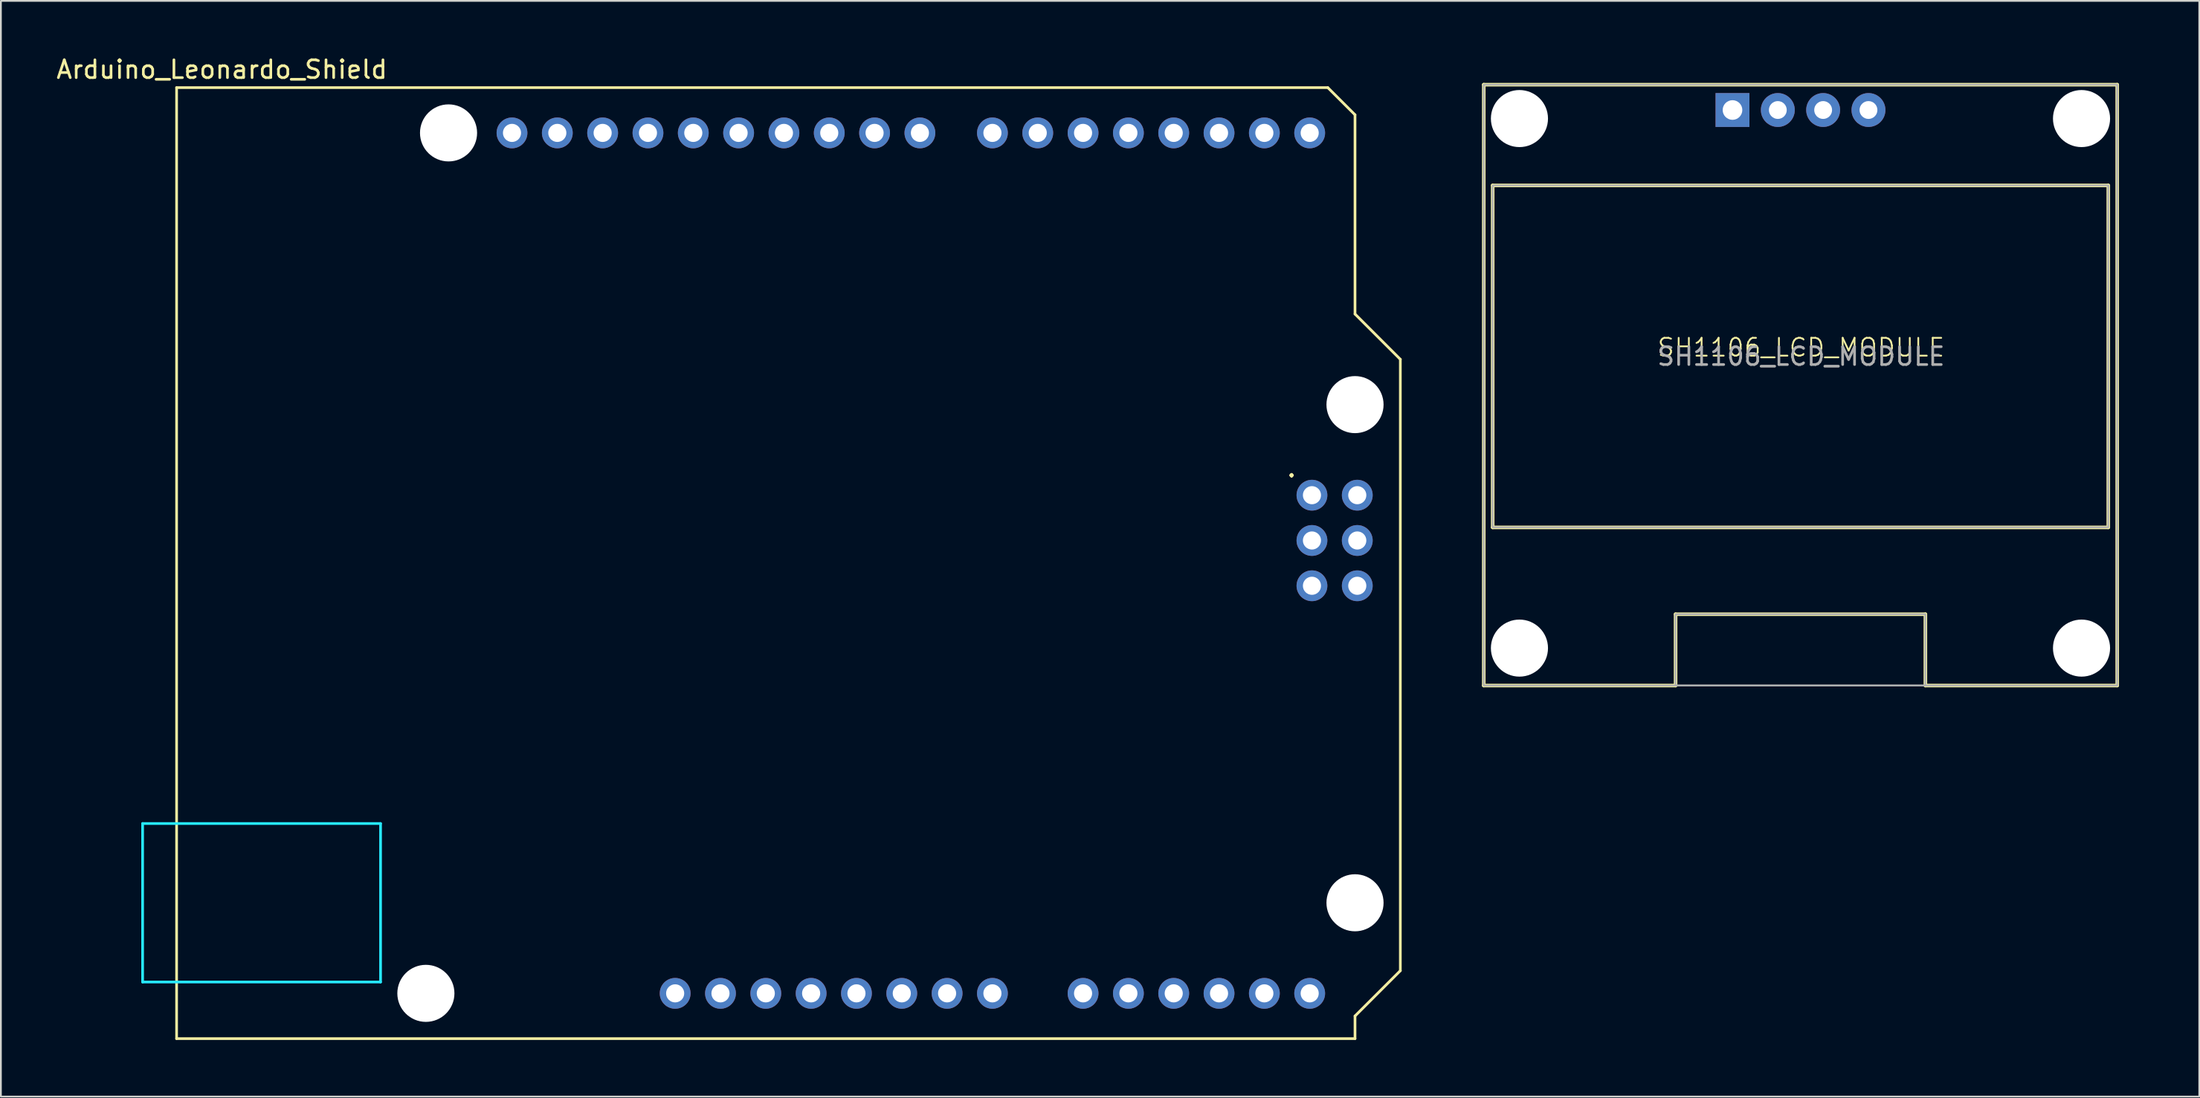
<source format=kicad_pcb>
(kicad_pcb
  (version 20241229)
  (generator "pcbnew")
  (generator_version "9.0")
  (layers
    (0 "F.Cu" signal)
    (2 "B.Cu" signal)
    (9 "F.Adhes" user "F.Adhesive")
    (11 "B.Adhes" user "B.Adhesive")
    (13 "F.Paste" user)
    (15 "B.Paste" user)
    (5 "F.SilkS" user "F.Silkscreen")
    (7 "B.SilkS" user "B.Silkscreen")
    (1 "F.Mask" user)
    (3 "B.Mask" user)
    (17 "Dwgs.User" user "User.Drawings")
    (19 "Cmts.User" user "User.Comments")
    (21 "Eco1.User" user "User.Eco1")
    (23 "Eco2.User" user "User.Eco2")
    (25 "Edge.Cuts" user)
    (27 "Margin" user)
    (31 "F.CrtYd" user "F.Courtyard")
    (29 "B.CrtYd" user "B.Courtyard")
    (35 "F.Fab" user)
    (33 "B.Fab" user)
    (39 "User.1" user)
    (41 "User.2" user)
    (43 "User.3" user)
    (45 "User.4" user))
  (footprint "SH1106_LCD_MODULE"
    (layer "F.Cu")
    (at 97.852 18.55)
    (property "Reference" "SH1106_LCD_MODULE" (at 0.03 -2.11 0) (unlocked yes) (layer "F.SilkS") (effects (font (size 1 1) (thickness 0.1))))
    (attr through_hole)
    (fp_line (start -17.75 -16.85) (end -17.75 16.85) (stroke (width 0.2) (type solid)) (layer "F.SilkS"))
    (fp_line (start -17.75 16.85) (end -7 16.85) (stroke (width 0.2) (type solid)) (layer "F.SilkS"))
    (fp_line (start -17.25 -11.2) (end 17.25 -11.2) (stroke (width 0.2) (type solid)) (layer "F.SilkS"))
    (fp_line (start -17.25 7.98) (end -17.25 -11.2) (stroke (width 0.2) (type solid)) (layer "F.SilkS"))
    (fp_line (start -7 12.85) (end 7 12.85) (stroke (width 0.2) (type solid)) (layer "F.SilkS"))
    (fp_line (start -7 16.85) (end -7 12.85) (stroke (width 0.2) (type solid)) (layer "F.SilkS"))
    (fp_line (start 7 12.85) (end 7 16.85) (stroke (width 0.2) (type solid)) (layer "F.SilkS"))
    (fp_line (start 7 16.85) (end 17.75 16.85) (stroke (width 0.2) (type solid)) (layer "F.SilkS"))
    (fp_line (start 17.25 -11.2) (end 17.25 7.98) (stroke (width 0.2) (type solid)) (layer "F.SilkS"))
    (fp_line (start 17.25 7.98) (end -17.25 7.98) (stroke (width 0.2) (type solid)) (layer "F.SilkS"))
    (fp_line (start 17.75 -16.85) (end -17.75 -16.85) (stroke (width 0.2) (type solid)) (layer "F.SilkS"))
    (fp_line (start 17.75 16.85) (end 17.75 -16.85) (stroke (width 0.2) (type solid)) (layer "F.SilkS"))
    (fp_rect (start -17.75 -16.85) (end 17.75 16.85) (stroke (width 0.1) (type default)) (fill no) (layer "F.Fab"))
    (fp_rect (start -17.25 -11.2) (end 17.25 7.975) (stroke (width 0.1) (type default)) (fill no) (layer "F.Fab"))
    (fp_rect (start -7 12.85) (end 7 16.85) (stroke (width 0.1) (type default)) (fill no) (layer "F.Fab"))
    (fp_text user "${REFERENCE}" (at 0.03 -1.61 0) (unlocked yes) (layer "F.Fab") (effects (font (size 1 1) (thickness 0.15))))
    (pad "" np_thru_hole circle (at -15.75 -14.95) (size 3.2 3.2) (drill 3.2) (layers "*.Cu" "*.Mask"))
    (pad "" np_thru_hole circle (at -15.75 14.75) (size 3.2 3.2) (drill 3.2) (layers "*.Cu" "*.Mask"))
    (pad "" np_thru_hole circle (at 15.75 -14.95) (size 3.2 3.2) (drill 3.2) (layers "*.Cu" "*.Mask"))
    (pad "" np_thru_hole circle (at 15.75 14.75) (size 3.2 3.2) (drill 3.2) (layers "*.Cu" "*.Mask"))
    (pad "1" thru_hole rect (at -3.81 -15.43) (size 1.9 1.9) (drill 1.1) (layers "*.Cu" "*.Mask"))
    (pad "2" thru_hole circle (at -1.27 -15.43) (size 1.9 1.9) (drill 1) (layers "*.Cu" "*.Mask"))
    (pad "3" thru_hole circle (at 1.27 -15.43) (size 1.9 1.9) (drill 1) (layers "*.Cu" "*.Mask"))
    (pad "4" thru_hole circle (at 3.81 -15.43) (size 1.9 1.9) (drill 1) (layers "*.Cu" "*.Mask"))
    (zone (net_name "") (layers "F.Cu" "B.Cu") (hatch edge 0.5) (connect_pads) (min_thickness 0.25) (filled_areas_thickness no) (keepout (tracks not_allowed) (vias not_allowed) (pads allowed) (copperpour not_allowed) (footprints allowed)) (placement (enabled no)) (fill) (polygon (pts (xy 82.478 0.02) (xy 82.85 0.079) (xy 83.214 0.176) (xy 83.566 0.311) (xy 83.902 0.482) (xy 84.218 0.688) (xy 84.511 0.925) (xy 84.777 1.191) (xy 85.014 1.484) (xy 85.22 1.8) (xy 85.391 2.136) (xy 85.526 2.488) (xy 85.623 2.852) (xy 85.682 3.224) (xy 85.702 3.6) (xy 85.682 3.976) (xy 85.623 4.348) (xy 85.526 4.712) (xy 85.391 5.064) (xy 85.22 5.4) (xy 85.014 5.716) (xy 84.777 6.009) (xy 84.511 6.275) (xy 84.218 6.512) (xy 83.902 6.718) (xy 83.566 6.889) (xy 83.214 7.024) (xy 82.85 7.121) (xy 82.478 7.18) (xy 82.102 7.2) (xy 81.726 7.18) (xy 81.353 7.121) (xy 80.989 7.024) (xy 80.638 6.889) (xy 80.302 6.718) (xy 79.986 6.512) (xy 79.693 6.275) (xy 79.427 6.009) (xy 79.189 5.716) (xy 78.984 5.4) (xy 78.813 5.064) (xy 78.678 4.712) (xy 78.581 4.348) (xy 78.522 3.976) (xy 78.502 3.6) (xy 78.522 3.224) (xy 78.581 2.852) (xy 78.678 2.488) (xy 78.813 2.136) (xy 78.984 1.8) (xy 79.189 1.484) (xy 79.427 1.191) (xy 79.693 0.925) (xy 79.986 0.688) (xy 80.302 0.482) (xy 80.638 0.311) (xy 80.989 0.176) (xy 81.353 0.079) (xy 81.726 0.02) (xy 82.102 0))))
    (zone (net_name "") (layers "F.Cu" "B.Cu") (hatch edge 0.5) (connect_pads) (min_thickness 0.25) (filled_areas_thickness no) (keepout (tracks not_allowed) (vias not_allowed) (pads allowed) (copperpour not_allowed) (footprints allowed)) (placement (enabled no)) (fill) (polygon (pts (xy 82.478 29.72) (xy 82.85 29.779) (xy 83.214 29.876) (xy 83.566 30.011) (xy 83.902 30.182) (xy 84.218 30.388) (xy 84.511 30.625) (xy 84.777 30.891) (xy 85.014 31.184) (xy 85.22 31.5) (xy 85.391 31.836) (xy 85.526 32.188) (xy 85.623 32.552) (xy 85.682 32.924) (xy 85.702 33.3) (xy 85.682 33.676) (xy 85.623 34.048) (xy 85.526 34.412) (xy 85.391 34.764) (xy 85.22 35.1) (xy 85.014 35.416) (xy 84.777 35.709) (xy 84.511 35.975) (xy 84.218 36.212) (xy 83.902 36.418) (xy 83.566 36.589) (xy 83.214 36.724) (xy 82.85 36.821) (xy 82.478 36.88) (xy 82.102 36.9) (xy 81.726 36.88) (xy 81.353 36.821) (xy 80.989 36.724) (xy 80.638 36.589) (xy 80.302 36.418) (xy 79.986 36.212) (xy 79.693 35.975) (xy 79.427 35.709) (xy 79.189 35.416) (xy 78.984 35.1) (xy 78.813 34.764) (xy 78.678 34.412) (xy 78.581 34.048) (xy 78.522 33.676) (xy 78.502 33.3) (xy 78.522 32.924) (xy 78.581 32.552) (xy 78.678 32.188) (xy 78.813 31.836) (xy 78.984 31.5) (xy 79.189 31.184) (xy 79.427 30.891) (xy 79.693 30.625) (xy 79.986 30.388) (xy 80.302 30.182) (xy 80.638 30.011) (xy 80.989 29.876) (xy 81.353 29.779) (xy 81.726 29.72) (xy 82.102 29.7))))
    (zone (net_name "") (layers "F.Cu" "B.Cu") (hatch edge 0.5) (connect_pads) (min_thickness 0.25) (filled_areas_thickness no) (keepout (tracks not_allowed) (vias not_allowed) (pads allowed) (copperpour not_allowed) (footprints allowed)) (placement (enabled no)) (fill) (polygon (pts (xy 113.978 0.02) (xy 114.35 0.079) (xy 114.714 0.176) (xy 115.066 0.311) (xy 115.402 0.482) (xy 115.718 0.688) (xy 116.011 0.925) (xy 116.277 1.191) (xy 116.514 1.484) (xy 116.72 1.8) (xy 116.891 2.136) (xy 117.026 2.488) (xy 117.123 2.852) (xy 117.182 3.224) (xy 117.202 3.6) (xy 117.182 3.976) (xy 117.123 4.348) (xy 117.026 4.712) (xy 116.891 5.064) (xy 116.72 5.4) (xy 116.514 5.716) (xy 116.277 6.009) (xy 116.011 6.275) (xy 115.718 6.512) (xy 115.402 6.718) (xy 115.066 6.889) (xy 114.714 7.024) (xy 114.35 7.121) (xy 113.978 7.18) (xy 113.602 7.2) (xy 113.226 7.18) (xy 112.853 7.121) (xy 112.489 7.024) (xy 112.138 6.889) (xy 111.802 6.718) (xy 111.486 6.512) (xy 111.193 6.275) (xy 110.927 6.009) (xy 110.689 5.716) (xy 110.484 5.4) (xy 110.313 5.064) (xy 110.178 4.712) (xy 110.081 4.348) (xy 110.022 3.976) (xy 110.002 3.6) (xy 110.022 3.224) (xy 110.081 2.852) (xy 110.178 2.488) (xy 110.313 2.136) (xy 110.484 1.8) (xy 110.689 1.484) (xy 110.927 1.191) (xy 111.193 0.925) (xy 111.486 0.688) (xy 111.802 0.482) (xy 112.138 0.311) (xy 112.489 0.176) (xy 112.853 0.079) (xy 113.226 0.02) (xy 113.602 0))))
    (zone (net_name "") (layers "F.Cu" "B.Cu") (hatch edge 0.5) (connect_pads) (min_thickness 0.25) (filled_areas_thickness no) (keepout (tracks not_allowed) (vias not_allowed) (pads allowed) (copperpour not_allowed) (footprints allowed)) (placement (enabled no)) (fill) (polygon (pts (xy 113.978 29.72) (xy 114.35 29.779) (xy 114.714 29.876) (xy 115.066 30.011) (xy 115.402 30.182) (xy 115.718 30.388) (xy 116.011 30.625) (xy 116.277 30.891) (xy 116.514 31.184) (xy 116.72 31.5) (xy 116.891 31.836) (xy 117.026 32.188) (xy 117.123 32.552) (xy 117.182 32.924) (xy 117.202 33.3) (xy 117.182 33.676) (xy 117.123 34.048) (xy 117.026 34.412) (xy 116.891 34.764) (xy 116.72 35.1) (xy 116.514 35.416) (xy 116.277 35.709) (xy 116.011 35.975) (xy 115.718 36.212) (xy 115.402 36.418) (xy 115.066 36.589) (xy 114.714 36.724) (xy 114.35 36.821) (xy 113.978 36.88) (xy 113.602 36.9) (xy 113.226 36.88) (xy 112.853 36.821) (xy 112.489 36.724) (xy 112.138 36.589) (xy 111.802 36.418) (xy 111.486 36.212) (xy 111.193 35.975) (xy 110.927 35.709) (xy 110.689 35.416) (xy 110.484 35.1) (xy 110.313 34.764) (xy 110.178 34.412) (xy 110.081 34.048) (xy 110.022 33.676) (xy 110.002 33.3) (xy 110.022 32.924) (xy 110.081 32.552) (xy 110.178 32.188) (xy 110.313 31.836) (xy 110.484 31.5) (xy 110.689 31.184) (xy 110.927 30.891) (xy 111.193 30.625) (xy 111.486 30.388) (xy 111.802 30.182) (xy 112.138 30.011) (xy 112.489 29.876) (xy 112.853 29.779) (xy 113.226 29.72) (xy 113.602 29.7)))))
  (footprint "Arduino_Leonardo_Shield"
    (layer "F.Cu")
    (at 6.847 55.204)
    (property "Reference" "Arduino_Leonardo_Shield" (at 2.54 -54.356 0) (layer "F.SilkS") (effects (font (size 1 1) (thickness 0.15))))
    (attr through_hole)
    (fp_line (start 0 -53.34) (end 0 0) (stroke (width 0.15) (type solid)) (layer "F.SilkS"))
    (fp_line (start 0 -53.34) (end 64.516 -53.34) (stroke (width 0.15) (type solid)) (layer "F.SilkS"))
    (fp_line (start 0 0) (end 66.04 0) (stroke (width 0.15) (type solid)) (layer "F.SilkS"))
    (fp_line (start 64.516 -53.34) (end 66.04 -51.816) (stroke (width 0.15) (type solid)) (layer "F.SilkS"))
    (fp_line (start 66.04 -40.64) (end 66.04 -51.816) (stroke (width 0.15) (type solid)) (layer "F.SilkS"))
    (fp_line (start 66.04 -1.27) (end 68.58 -3.81) (stroke (width 0.15) (type solid)) (layer "F.SilkS"))
    (fp_line (start 66.04 0) (end 66.04 -1.27) (stroke (width 0.15) (type solid)) (layer "F.SilkS"))
    (fp_line (start 68.58 -38.1) (end 66.04 -40.64) (stroke (width 0.15) (type solid)) (layer "F.SilkS"))
    (fp_line (start 68.58 -3.81) (end 68.58 -38.1) (stroke (width 0.15) (type solid)) (layer "F.SilkS"))
    (fp_line (start -1.905 -12.065) (end -1.905 -3.175) (stroke (width 0.15) (type solid)) (layer "B.CrtYd"))
    (fp_line (start -1.905 -12.065) (end 11.43 -12.065) (stroke (width 0.15) (type solid)) (layer "B.CrtYd"))
    (fp_line (start -1.905 -3.175) (end 11.43 -3.175) (stroke (width 0.15) (type solid)) (layer "B.CrtYd"))
    (fp_line (start 11.43 -12.065) (end 11.43 -3.175) (stroke (width 0.15) (type solid)) (layer "B.CrtYd"))
    (fp_text user "." (at 62.484 -32.004 0) (layer "F.SilkS") (effects (font (size 1 1) (thickness 0.15))))
    (pad "" np_thru_hole circle (at 13.97 -2.54) (size 3.2 3.2) (drill 3.2) (layers "*.Cu" "*.Mask"))
    (pad "" np_thru_hole circle (at 15.24 -50.8) (size 3.2 3.2) (drill 3.2) (layers "*.Cu" "*.Mask"))
    (pad "" thru_hole oval (at 27.94 -2.54) (size 1.727 1.727) (drill 1.016) (layers "*.Cu" "*.Mask"))
    (pad "" np_thru_hole circle (at 66.04 -35.56) (size 3.2 3.2) (drill 3.2) (layers "*.Cu" "*.Mask"))
    (pad "" np_thru_hole circle (at 66.04 -7.62) (size 3.2 3.2) (drill 3.2) (layers "*.Cu" "*.Mask"))
    (pad "3V3" thru_hole oval (at 35.56 -2.54) (size 1.727 1.727) (drill 1.016) (layers "*.Cu" "*.Mask"))
    (pad "5V1" thru_hole oval (at 38.1 -2.54) (size 1.727 1.727) (drill 1.016) (layers "*.Cu" "*.Mask"))
    (pad "5V2" thru_hole oval (at 66.167 -30.48) (size 1.727 1.727) (drill 1.016) (layers "*.Cu" "*.Mask"))
    (pad "A0" thru_hole oval (at 50.8 -2.54) (size 1.727 1.727) (drill 1.016) (layers "*.Cu" "*.Mask"))
    (pad "A1" thru_hole oval (at 53.34 -2.54) (size 1.727 1.727) (drill 1.016) (layers "*.Cu" "*.Mask"))
    (pad "A2" thru_hole oval (at 55.88 -2.54) (size 1.727 1.727) (drill 1.016) (layers "*.Cu" "*.Mask"))
    (pad "A3" thru_hole oval (at 58.42 -2.54) (size 1.727 1.727) (drill 1.016) (layers "*.Cu" "*.Mask"))
    (pad "A4" thru_hole oval (at 60.96 -2.54) (size 1.727 1.727) (drill 1.016) (layers "*.Cu" "*.Mask"))
    (pad "A5" thru_hole oval (at 63.5 -2.54) (size 1.727 1.727) (drill 1.016) (layers "*.Cu" "*.Mask"))
    (pad "AREF" thru_hole oval (at 23.876 -50.8) (size 1.727 1.727) (drill 1.016) (layers "*.Cu" "*.Mask"))
    (pad "D0" thru_hole oval (at 63.5 -50.8) (size 1.727 1.727) (drill 1.016) (layers "*.Cu" "*.Mask"))
    (pad "D1" thru_hole oval (at 60.96 -50.8) (size 1.727 1.727) (drill 1.016) (layers "*.Cu" "*.Mask"))
    (pad "D2" thru_hole oval (at 58.42 -50.8) (size 1.727 1.727) (drill 1.016) (layers "*.Cu" "*.Mask"))
    (pad "D3" thru_hole oval (at 55.88 -50.8) (size 1.727 1.727) (drill 1.016) (layers "*.Cu" "*.Mask"))
    (pad "D4" thru_hole oval (at 53.34 -50.8) (size 1.727 1.727) (drill 1.016) (layers "*.Cu" "*.Mask"))
    (pad "D5" thru_hole oval (at 50.8 -50.8) (size 1.727 1.727) (drill 1.016) (layers "*.Cu" "*.Mask"))
    (pad "D6" thru_hole oval (at 48.26 -50.8) (size 1.727 1.727) (drill 1.016) (layers "*.Cu" "*.Mask"))
    (pad "D7" thru_hole oval (at 45.72 -50.8) (size 1.727 1.727) (drill 1.016) (layers "*.Cu" "*.Mask"))
    (pad "D8" thru_hole oval (at 41.656 -50.8) (size 1.727 1.727) (drill 1.016) (layers "*.Cu" "*.Mask"))
    (pad "D9" thru_hole oval (at 39.116 -50.8) (size 1.727 1.727) (drill 1.016) (layers "*.Cu" "*.Mask"))
    (pad "D10" thru_hole oval (at 36.576 -50.8) (size 1.727 1.727) (drill 1.016) (layers "*.Cu" "*.Mask"))
    (pad "D11" thru_hole oval (at 34.036 -50.8) (size 1.727 1.727) (drill 1.016) (layers "*.Cu" "*.Mask"))
    (pad "D12" thru_hole oval (at 31.496 -50.8) (size 1.727 1.727) (drill 1.016) (layers "*.Cu" "*.Mask"))
    (pad "D13" thru_hole oval (at 28.956 -50.8) (size 1.727 1.727) (drill 1.016) (layers "*.Cu" "*.Mask"))
    (pad "GND1" thru_hole oval (at 26.416 -50.8) (size 1.727 1.727) (drill 1.016) (layers "*.Cu" "*.Mask"))
    (pad "GND2" thru_hole oval (at 40.64 -2.54) (size 1.727 1.727) (drill 1.016) (layers "*.Cu" "*.Mask"))
    (pad "GND3" thru_hole oval (at 43.18 -2.54) (size 1.727 1.727) (drill 1.016) (layers "*.Cu" "*.Mask"))
    (pad "GND4" thru_hole oval (at 66.167 -25.4) (size 1.727 1.727) (drill 1.016) (layers "*.Cu" "*.Mask"))
    (pad "IORF" thru_hole oval (at 30.48 -2.54) (size 1.727 1.727) (drill 1.016) (layers "*.Cu" "*.Mask"))
    (pad "MISO" thru_hole oval (at 63.627 -30.48) (size 1.727 1.727) (drill 1.016) (layers "*.Cu" "*.Mask"))
    (pad "MOSI" thru_hole oval (at 66.167 -27.94) (size 1.727 1.727) (drill 1.016) (layers "*.Cu" "*.Mask"))
    (pad "RST1" thru_hole oval (at 33.02 -2.54) (size 1.727 1.727) (drill 1.016) (layers "*.Cu" "*.Mask"))
    (pad "RST2" thru_hole oval (at 63.627 -25.4) (size 1.727 1.727) (drill 1.016) (layers "*.Cu" "*.Mask"))
    (pad "SCK" thru_hole oval (at 63.627 -27.94) (size 1.727 1.727) (drill 1.016) (layers "*.Cu" "*.Mask"))
    (pad "SCL" thru_hole oval (at 18.796 -50.8) (size 1.727 1.727) (drill 1.016) (layers "*.Cu" "*.Mask"))
    (pad "SDA" thru_hole oval (at 21.336 -50.8) (size 1.727 1.727) (drill 1.016) (layers "*.Cu" "*.Mask"))
    (pad "VIN" thru_hole oval (at 45.72 -2.54) (size 1.727 1.727) (drill 1.016) (layers "*.Cu" "*.Mask")))
  (gr_rect
    (start -3 -3)
    (end 120.202 58.454)
    (stroke (width 0.1) (type default))
    (fill no)
    (layer "Edge.Cuts")))
</source>
